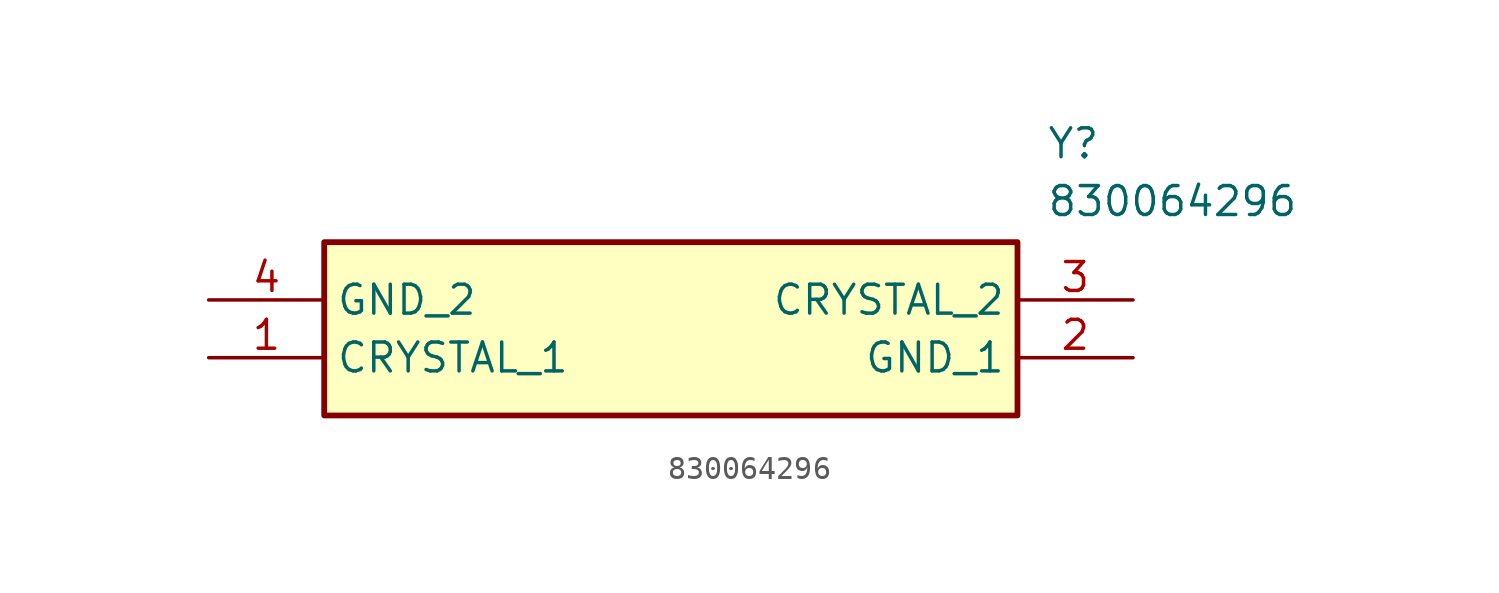
<source format=kicad_sym>
(kicad_symbol_lib
  (version 20211014)
  (generator SamacSys_ECAD_Model)
  (symbol "830064296"
    (property "Reference" "Y"
      (at 36.83 7.62 0)
      (effects (font (size 1.27 1.27)) (justify left top)))
    (property "Value" "830064296"
      (at 36.83 5.08 0)
      (effects (font (size 1.27 1.27)) (justify left top)))
    (rectangle
      (start 5.08 2.54)
      (end 35.56 -5.08)
      (stroke (width 0.254) (type default))
      (fill (type background)))
    (pin passive line
      (at 0 -2.54 0)
      (length 5.08)
      (name "CRYSTAL_1" (effects (font (size 1.27 1.27))))
      (number "1" (effects (font (size 1.27 1.27)))))
    (pin passive line
      (at 40.64 -2.54 180)
      (length 5.08)
      (name "GND_1" (effects (font (size 1.27 1.27))))
      (number "2" (effects (font (size 1.27 1.27)))))
    (pin passive line
      (at 40.64 0 180)
      (length 5.08)
      (name "CRYSTAL_2" (effects (font (size 1.27 1.27))))
      (number "3" (effects (font (size 1.27 1.27)))))
    (pin passive line
      (at 0 0 0)
      (length 5.08)
      (name "GND_2" (effects (font (size 1.27 1.27))))
      (number "4" (effects (font (size 1.27 1.27)))))))
</source>
